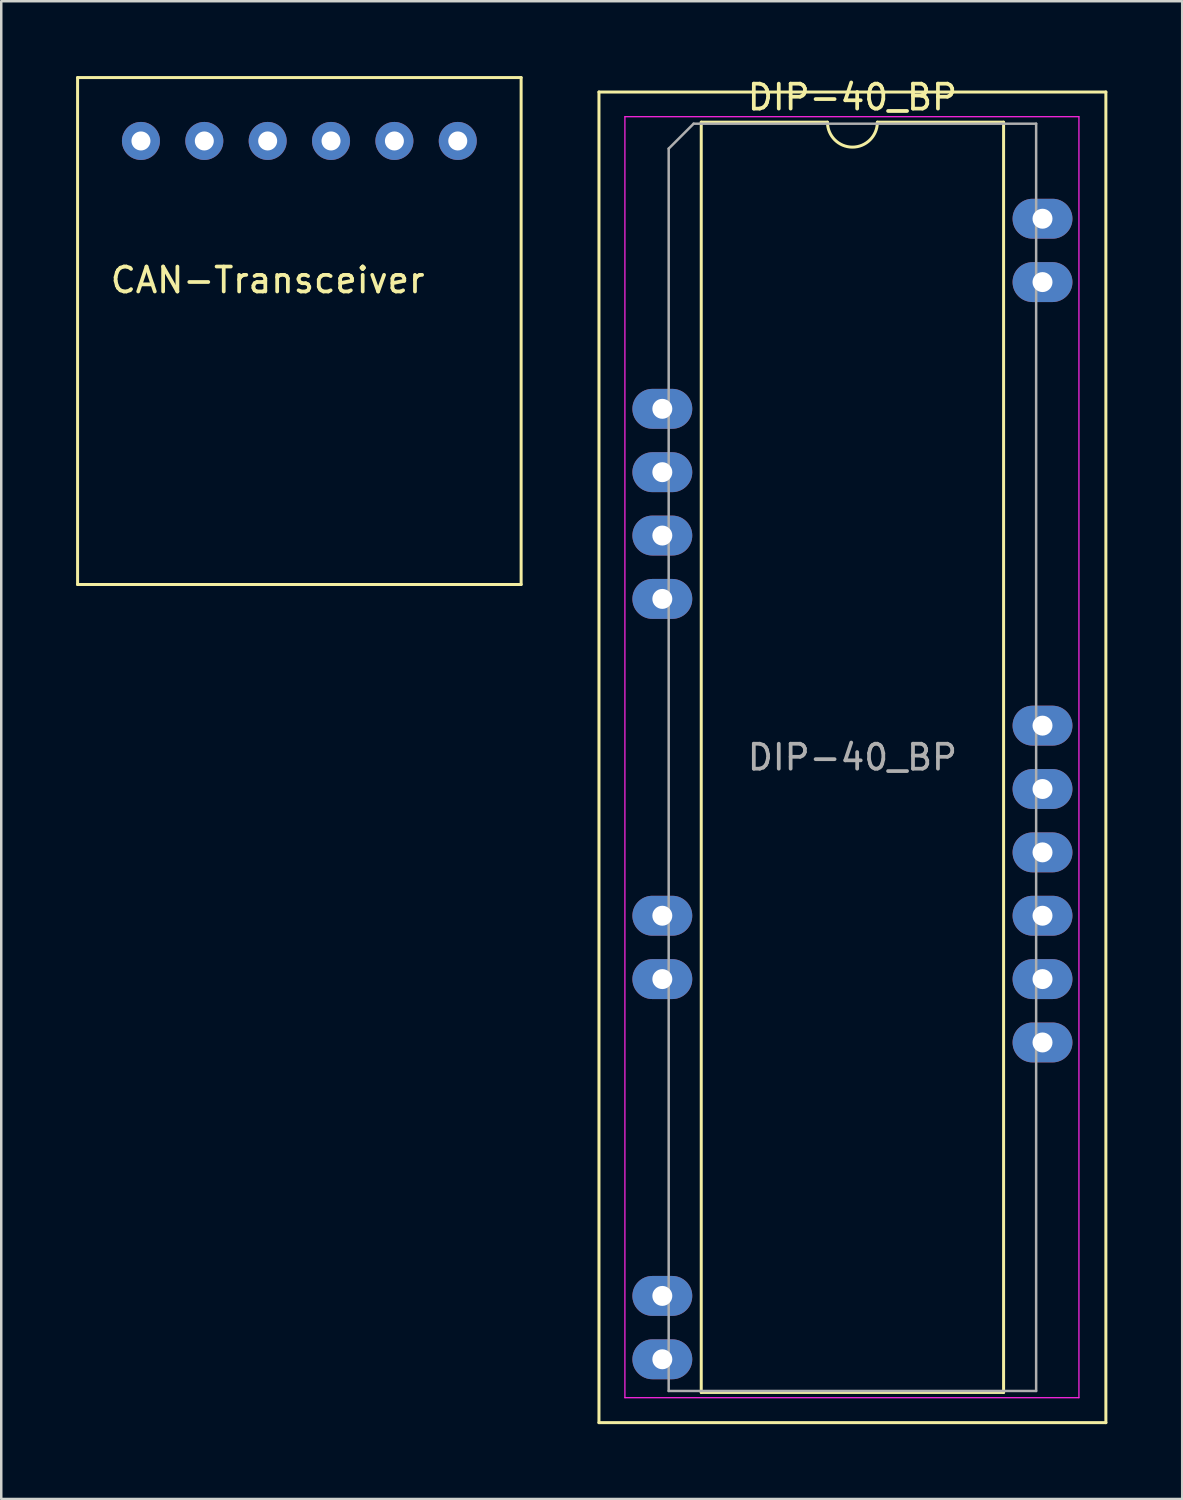
<source format=kicad_pcb>
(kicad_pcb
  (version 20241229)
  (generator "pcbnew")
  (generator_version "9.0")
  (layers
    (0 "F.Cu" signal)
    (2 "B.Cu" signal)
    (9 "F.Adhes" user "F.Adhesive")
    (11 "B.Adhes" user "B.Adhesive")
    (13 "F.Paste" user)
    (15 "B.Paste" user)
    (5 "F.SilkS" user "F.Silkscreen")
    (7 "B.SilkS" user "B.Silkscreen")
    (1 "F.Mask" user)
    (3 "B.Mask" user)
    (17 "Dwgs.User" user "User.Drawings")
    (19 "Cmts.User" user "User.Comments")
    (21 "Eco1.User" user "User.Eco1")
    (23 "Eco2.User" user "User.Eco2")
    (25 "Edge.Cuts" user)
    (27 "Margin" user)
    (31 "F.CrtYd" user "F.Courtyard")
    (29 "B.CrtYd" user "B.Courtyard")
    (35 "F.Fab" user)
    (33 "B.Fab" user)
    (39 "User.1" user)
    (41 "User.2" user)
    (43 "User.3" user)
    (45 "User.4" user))
  (footprint "CAN-Transceiver"
    (layer "F.Cu")
    (at 7.68 7.68)
    (property "Reference" "CAN-Transceiver" (at 0 0.5 0) (layer "F.SilkS") (effects (font (size 1 1) (thickness 0.15))))
    (attr through_hole)
    (fp_line (start -7.62 -7.62) (end 10.16 -7.62) (stroke (width 0.12) (type solid)) (layer "F.SilkS"))
    (fp_line (start -7.62 12.7) (end -7.62 -7.62) (stroke (width 0.12) (type solid)) (layer "F.SilkS"))
    (fp_line (start 10.16 -7.62) (end 10.16 12.7) (stroke (width 0.12) (type solid)) (layer "F.SilkS"))
    (fp_line (start 10.16 12.7) (end -7.62 12.7) (stroke (width 0.12) (type solid)) (layer "F.SilkS"))
    (pad "1" thru_hole circle (at 7.62 -5.08) (size 1.524 1.524) (drill 0.762) (layers "*.Cu" "*.Mask"))
    (pad "2" thru_hole circle (at 5.08 -5.08) (size 1.524 1.524) (drill 0.762) (layers "*.Cu" "*.Mask"))
    (pad "3" thru_hole circle (at 2.54 -5.08) (size 1.524 1.524) (drill 0.762) (layers "*.Cu" "*.Mask"))
    (pad "4" thru_hole circle (at 0 -5.08) (size 1.524 1.524) (drill 0.762) (layers "*.Cu" "*.Mask"))
    (pad "5" thru_hole circle (at -2.54 -5.08) (size 1.524 1.524) (drill 0.762) (layers "*.Cu" "*.Mask"))
    (pad "6" thru_hole circle (at -5.08 -5.08) (size 1.524 1.524) (drill 0.762) (layers "*.Cu" "*.Mask")))
  (footprint "DIP-40_BP"
    (layer "F.Cu")
    (at 23.5 3.178)
    (property "Reference" "DIP-40_BP" (at 7.62 -2.33 0) (layer "F.SilkS") (effects (font (size 1 1) (thickness 0.15))))
    (attr through_hole)
    (fp_line (start -2.54 -2.54) (end 17.78 -2.54) (stroke (width 0.12) (type solid)) (layer "F.SilkS"))
    (fp_line (start -2.54 50.8) (end -2.54 -2.54) (stroke (width 0.12) (type solid)) (layer "F.SilkS"))
    (fp_line (start 1.56 -1.33) (end 1.56 49.59) (stroke (width 0.12) (type solid)) (layer "F.SilkS"))
    (fp_line (start 1.56 49.59) (end 13.68 49.59) (stroke (width 0.12) (type solid)) (layer "F.SilkS"))
    (fp_line (start 6.62 -1.33) (end 1.56 -1.33) (stroke (width 0.12) (type solid)) (layer "F.SilkS"))
    (fp_line (start 13.68 -1.33) (end 8.62 -1.33) (stroke (width 0.12) (type solid)) (layer "F.SilkS"))
    (fp_line (start 13.68 49.59) (end 13.68 -1.33) (stroke (width 0.12) (type solid)) (layer "F.SilkS"))
    (fp_line (start 17.78 -2.54) (end 17.78 50.8) (stroke (width 0.12) (type solid)) (layer "F.SilkS"))
    (fp_line (start 17.78 50.8) (end -2.54 50.8) (stroke (width 0.12) (type solid)) (layer "F.SilkS"))
    (fp_arc (start 8.62 -1.33) (mid 7.62 -0.33) (end 6.62 -1.33) (stroke (width 0.12) (type solid)) (layer "F.SilkS"))
    (fp_line (start -1.5 -1.55) (end -1.5 49.8) (stroke (width 0.05) (type solid)) (layer "F.CrtYd"))
    (fp_line (start -1.5 49.8) (end 16.7 49.8) (stroke (width 0.05) (type solid)) (layer "F.CrtYd"))
    (fp_line (start 16.7 -1.55) (end -1.5 -1.55) (stroke (width 0.05) (type solid)) (layer "F.CrtYd"))
    (fp_line (start 16.7 49.8) (end 16.7 -1.55) (stroke (width 0.05) (type solid)) (layer "F.CrtYd"))
    (fp_line (start 0.255 -0.27) (end 1.255 -1.27) (stroke (width 0.1) (type solid)) (layer "F.Fab"))
    (fp_line (start 0.255 49.53) (end 0.255 -0.27) (stroke (width 0.1) (type solid)) (layer "F.Fab"))
    (fp_line (start 1.255 -1.27) (end 14.985 -1.27) (stroke (width 0.1) (type solid)) (layer "F.Fab"))
    (fp_line (start 14.985 -1.27) (end 14.985 49.53) (stroke (width 0.1) (type solid)) (layer "F.Fab"))
    (fp_line (start 14.985 49.53) (end 0.255 49.53) (stroke (width 0.1) (type solid)) (layer "F.Fab"))
    (fp_text user "${REFERENCE}" (at 7.62 24.13 0) (layer "F.Fab") (effects (font (size 1 1) (thickness 0.15))))
    (pad "5" thru_hole oval (at 0 10.16) (size 2.4 1.6) (drill 0.8) (layers "*.Cu" "*.Mask"))
    (pad "6" thru_hole oval (at 0 12.7) (size 2.4 1.6) (drill 0.8) (layers "*.Cu" "*.Mask"))
    (pad "7" thru_hole oval (at 0 15.24) (size 2.4 1.6) (drill 0.8) (layers "*.Cu" "*.Mask"))
    (pad "8" thru_hole oval (at 0 17.78) (size 2.4 1.6) (drill 0.8) (layers "*.Cu" "*.Mask"))
    (pad "13" thru_hole oval (at 0 30.48) (size 2.4 1.6) (drill 0.8) (layers "*.Cu" "*.Mask"))
    (pad "14" thru_hole oval (at 0 33.02) (size 2.4 1.6) (drill 0.8) (layers "*.Cu" "*.Mask"))
    (pad "19" thru_hole oval (at 0 45.72) (size 2.4 1.6) (drill 0.8) (layers "*.Cu" "*.Mask"))
    (pad "20" thru_hole oval (at 0 48.26) (size 2.4 1.6) (drill 0.8) (layers "*.Cu" "*.Mask"))
    (pad "26" thru_hole oval (at 15.24 35.56) (size 2.4 1.6) (drill 0.8) (layers "*.Cu" "*.Mask"))
    (pad "27" thru_hole oval (at 15.24 33.02) (size 2.4 1.6) (drill 0.8) (layers "*.Cu" "*.Mask"))
    (pad "28" thru_hole oval (at 15.24 30.48) (size 2.4 1.6) (drill 0.8) (layers "*.Cu" "*.Mask"))
    (pad "29" thru_hole oval (at 15.24 27.94) (size 2.4 1.6) (drill 0.8) (layers "*.Cu" "*.Mask"))
    (pad "30" thru_hole oval (at 15.24 25.4) (size 2.4 1.6) (drill 0.8) (layers "*.Cu" "*.Mask"))
    (pad "31" thru_hole oval (at 15.24 22.86) (size 2.4 1.6) (drill 0.8) (layers "*.Cu" "*.Mask"))
    (pad "38" thru_hole oval (at 15.24 5.08) (size 2.4 1.6) (drill 0.8) (layers "*.Cu" "*.Mask"))
    (pad "39" thru_hole oval (at 15.24 2.54) (size 2.4 1.6) (drill 0.8) (layers "*.Cu" "*.Mask")))
  (gr_rect
    (start -3 -3)
    (end 44.34 57.038)
    (stroke (width 0.1) (type default))
    (fill no)
    (layer "Edge.Cuts")))
</source>
